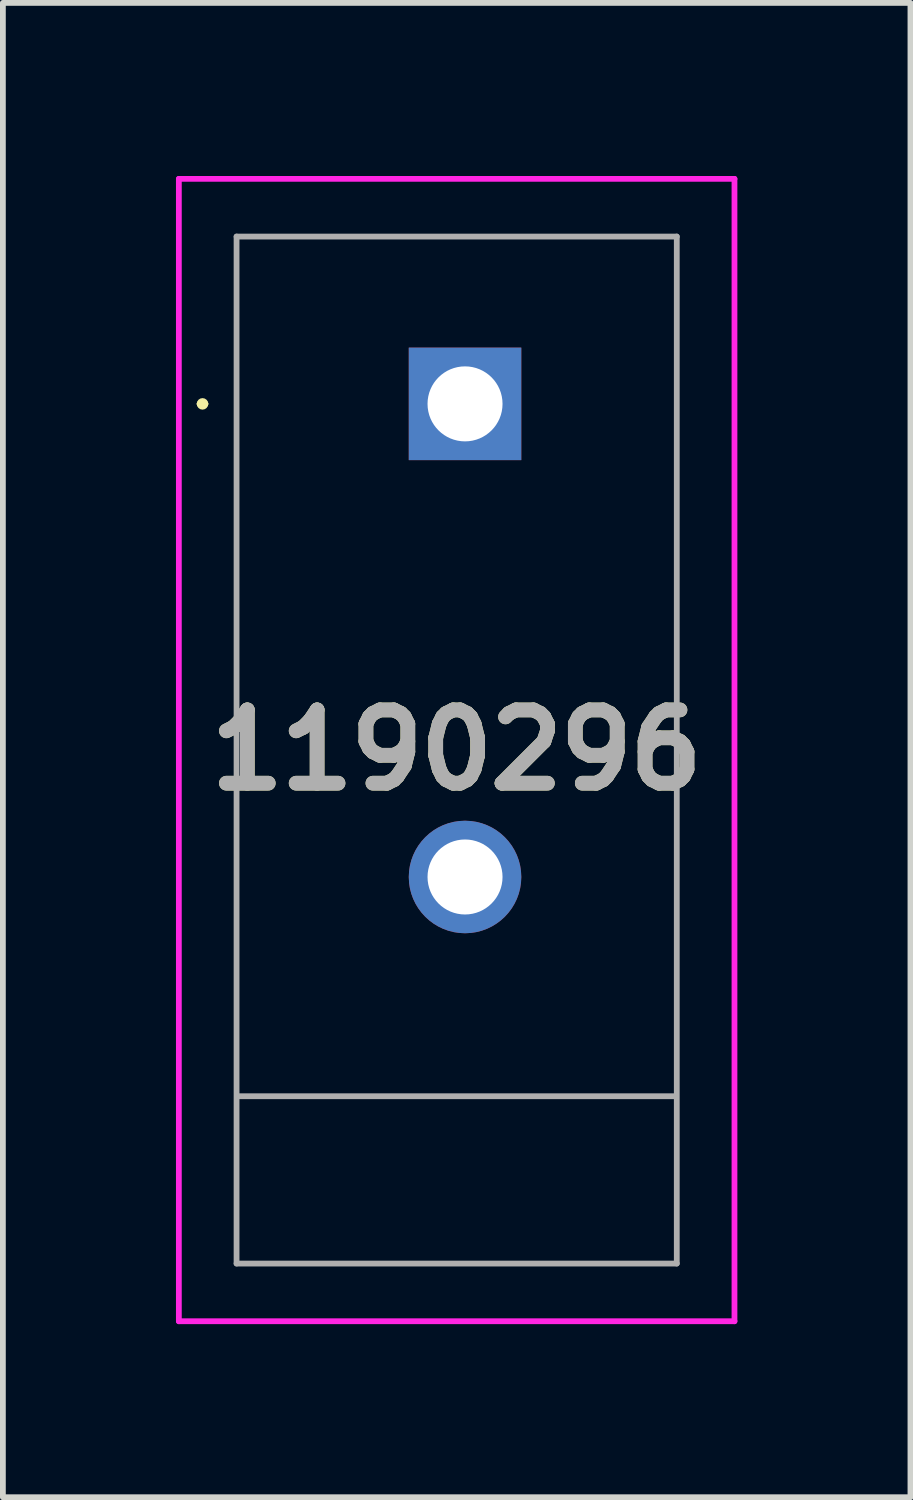
<source format=kicad_pcb>
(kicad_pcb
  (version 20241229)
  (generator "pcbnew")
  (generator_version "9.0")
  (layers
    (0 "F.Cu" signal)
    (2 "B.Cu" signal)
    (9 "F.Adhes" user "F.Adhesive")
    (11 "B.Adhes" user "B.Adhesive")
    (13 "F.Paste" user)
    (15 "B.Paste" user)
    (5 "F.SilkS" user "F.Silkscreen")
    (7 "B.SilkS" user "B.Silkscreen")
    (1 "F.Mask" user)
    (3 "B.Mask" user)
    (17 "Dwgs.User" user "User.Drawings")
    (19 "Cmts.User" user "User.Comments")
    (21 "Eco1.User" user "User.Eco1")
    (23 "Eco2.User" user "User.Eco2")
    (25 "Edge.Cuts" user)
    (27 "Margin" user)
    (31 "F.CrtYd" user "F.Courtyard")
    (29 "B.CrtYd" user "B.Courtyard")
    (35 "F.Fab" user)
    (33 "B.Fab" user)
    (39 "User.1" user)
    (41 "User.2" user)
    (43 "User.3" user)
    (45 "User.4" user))
  (footprint "1190296"
    (layer "F.Cu")
    (at 5.01 3.95)
    (property "Reference" "1190296" (at -0.145 6 0) (layer "F.SilkS") (effects (font (size 1.27 1.27) (thickness 0.254))))
    (attr through_hole)
    (fp_line (start -4.6 0) (end -4.6 0) (stroke (width 0.1) (type solid)) (layer "F.SilkS"))
    (fp_line (start -4.5 0) (end -4.5 0) (stroke (width 0.1) (type solid)) (layer "F.SilkS"))
    (fp_arc (start -4.6 0) (mid -4.55 -0.05) (end -4.5 0) (stroke (width 0.1) (type solid)) (layer "F.SilkS"))
    (fp_arc (start -4.5 0) (mid -4.55 0.05) (end -4.6 0) (stroke (width 0.1) (type solid)) (layer "F.SilkS"))
    (fp_line (start -4.96 -3.9) (end 4.67 -3.9) (stroke (width 0.1) (type solid)) (layer "F.CrtYd"))
    (fp_line (start -4.96 15.9) (end -4.96 -3.9) (stroke (width 0.1) (type solid)) (layer "F.CrtYd"))
    (fp_line (start 4.67 -3.9) (end 4.67 15.9) (stroke (width 0.1) (type solid)) (layer "F.CrtYd"))
    (fp_line (start 4.67 15.9) (end -4.96 15.9) (stroke (width 0.1) (type solid)) (layer "F.CrtYd"))
    (fp_line (start -3.96 -2.9) (end 3.67 -2.9) (stroke (width 0.1) (type solid)) (layer "F.Fab"))
    (fp_line (start -3.96 14.9) (end -3.96 -2.9) (stroke (width 0.1) (type solid)) (layer "F.Fab"))
    (fp_line (start 3.65 12) (end -3.925 12) (stroke (width 0.1) (type default)) (layer "F.Fab"))
    (fp_line (start 3.67 -2.9) (end 3.67 14.9) (stroke (width 0.1) (type solid)) (layer "F.Fab"))
    (fp_line (start 3.67 14.9) (end -3.96 14.9) (stroke (width 0.1) (type solid)) (layer "F.Fab"))
    (fp_text user "${REFERENCE}" (at -0.145 6 0) (layer "F.Fab") (effects (font (size 1.27 1.27) (thickness 0.254))))
    (pad "1" thru_hole rect (at 0 0) (size 1.95 1.95) (drill 1.3) (layers "*.Cu" "*.Mask"))
    (pad "2" thru_hole circle (at 0 8.2) (size 1.95 1.95) (drill 1.3) (layers "*.Cu" "*.Mask")))
  (gr_rect
    (start -3 -3)
    (end 12.73 22.9)
    (stroke (width 0.1) (type default))
    (fill no)
    (layer "Edge.Cuts")))
</source>
